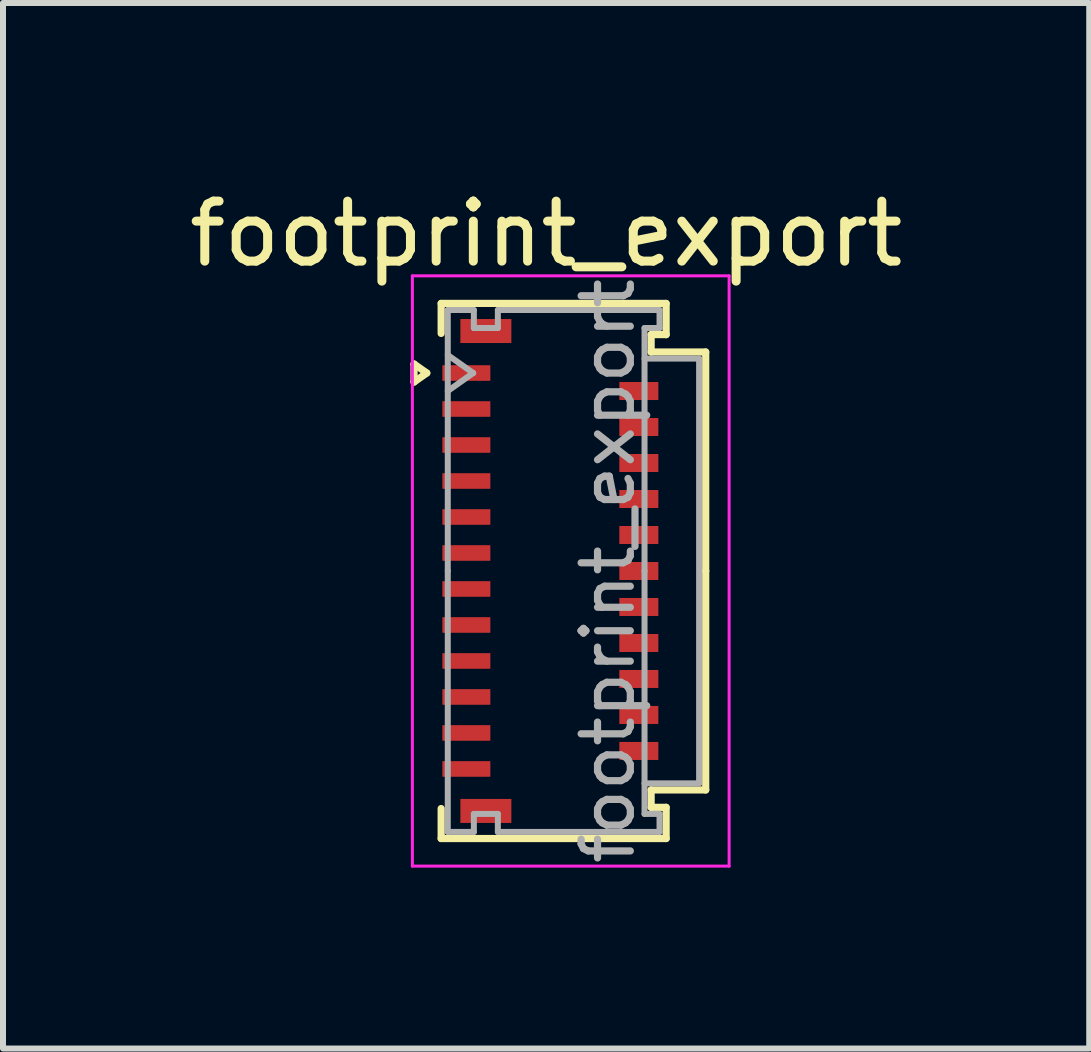
<source format=kicad_pcb>
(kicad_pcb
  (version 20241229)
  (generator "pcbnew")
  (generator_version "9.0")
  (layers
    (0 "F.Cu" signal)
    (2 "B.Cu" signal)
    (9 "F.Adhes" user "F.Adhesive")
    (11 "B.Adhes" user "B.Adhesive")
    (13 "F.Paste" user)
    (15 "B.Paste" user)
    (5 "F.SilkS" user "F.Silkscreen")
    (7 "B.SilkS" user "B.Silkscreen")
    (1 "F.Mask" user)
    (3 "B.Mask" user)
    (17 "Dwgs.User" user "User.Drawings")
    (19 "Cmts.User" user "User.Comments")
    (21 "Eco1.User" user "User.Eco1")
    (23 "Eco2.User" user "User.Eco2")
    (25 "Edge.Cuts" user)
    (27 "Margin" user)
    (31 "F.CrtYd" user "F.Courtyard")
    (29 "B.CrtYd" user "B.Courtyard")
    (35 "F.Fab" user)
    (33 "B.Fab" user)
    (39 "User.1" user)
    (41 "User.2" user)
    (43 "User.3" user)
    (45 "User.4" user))
  (footprint "footprint_export"
    (layer "F.Cu")
    (at 6.124 6.468)
    (property "Reference" "footprint_export" (at -0.07 -5.62 0) (layer "F.SilkS") (effects (font (size 1 1) (thickness 0.15))))
    (attr smd)
    (fp_line (start -2.272 -3.45) (end -2.06 -3.3) (stroke (width 0.12) (type solid)) (layer "F.SilkS"))
    (fp_line (start -2.272 -3.15) (end -2.272 -3.45) (stroke (width 0.12) (type solid)) (layer "F.SilkS"))
    (fp_line (start -2.06 -3.3) (end -2.272 -3.15) (stroke (width 0.12) (type solid)) (layer "F.SilkS"))
    (fp_line (start -1.82 -4.46) (end 1.93 -4.46) (stroke (width 0.12) (type solid)) (layer "F.SilkS"))
    (fp_line (start -1.82 -3.96) (end -1.82 -4.46) (stroke (width 0.12) (type solid)) (layer "F.SilkS"))
    (fp_line (start -1.82 3.96) (end -1.82 4.46) (stroke (width 0.12) (type solid)) (layer "F.SilkS"))
    (fp_line (start -1.82 4.46) (end 1.93 4.46) (stroke (width 0.12) (type solid)) (layer "F.SilkS"))
    (fp_line (start 1.68 -3.94) (end 1.68 -3.65) (stroke (width 0.12) (type solid)) (layer "F.SilkS"))
    (fp_line (start 1.68 -3.65) (end 2.59 -3.65) (stroke (width 0.12) (type solid)) (layer "F.SilkS"))
    (fp_line (start 1.68 3.65) (end 2.59 3.65) (stroke (width 0.12) (type solid)) (layer "F.SilkS"))
    (fp_line (start 1.68 3.94) (end 1.68 3.65) (stroke (width 0.12) (type solid)) (layer "F.SilkS"))
    (fp_line (start 1.93 -4.46) (end 1.93 -3.94) (stroke (width 0.12) (type solid)) (layer "F.SilkS"))
    (fp_line (start 1.93 -3.94) (end 1.68 -3.94) (stroke (width 0.12) (type solid)) (layer "F.SilkS"))
    (fp_line (start 1.93 3.94) (end 1.68 3.94) (stroke (width 0.12) (type solid)) (layer "F.SilkS"))
    (fp_line (start 1.93 4.46) (end 1.93 3.94) (stroke (width 0.12) (type solid)) (layer "F.SilkS"))
    (fp_line (start 2.59 -3.65) (end 2.59 0) (stroke (width 0.12) (type solid)) (layer "F.SilkS"))
    (fp_line (start 2.59 3.65) (end 2.59 0) (stroke (width 0.12) (type solid)) (layer "F.SilkS"))
    (fp_line (start -2.3 -4.92) (end -2.3 4.92) (stroke (width 0.05) (type solid)) (layer "F.CrtYd"))
    (fp_line (start -2.3 4.92) (end 2.98 4.92) (stroke (width 0.05) (type solid)) (layer "F.CrtYd"))
    (fp_line (start 2.98 -4.92) (end -2.3 -4.92) (stroke (width 0.05) (type solid)) (layer "F.CrtYd"))
    (fp_line (start 2.98 4.92) (end 2.98 -4.92) (stroke (width 0.05) (type solid)) (layer "F.CrtYd"))
    (fp_line (start -1.71 -4.35) (end -1.275 -4.35) (stroke (width 0.1) (type solid)) (layer "F.Fab"))
    (fp_line (start -1.71 -3.6) (end -1.286 -3.3) (stroke (width 0.1) (type solid)) (layer "F.Fab"))
    (fp_line (start -1.71 0) (end -1.71 -4.35) (stroke (width 0.1) (type solid)) (layer "F.Fab"))
    (fp_line (start -1.71 0) (end -1.71 4.35) (stroke (width 0.1) (type solid)) (layer "F.Fab"))
    (fp_line (start -1.71 4.35) (end -1.275 4.35) (stroke (width 0.1) (type solid)) (layer "F.Fab"))
    (fp_line (start -1.286 -3.3) (end -1.71 -3) (stroke (width 0.1) (type solid)) (layer "F.Fab"))
    (fp_line (start -1.275 -4.35) (end -1.275 -4.05) (stroke (width 0.1) (type solid)) (layer "F.Fab"))
    (fp_line (start -1.275 -4.05) (end -0.875 -4.05) (stroke (width 0.1) (type solid)) (layer "F.Fab"))
    (fp_line (start -1.275 4.05) (end -0.875 4.05) (stroke (width 0.1) (type solid)) (layer "F.Fab"))
    (fp_line (start -1.275 4.35) (end -1.275 4.05) (stroke (width 0.1) (type solid)) (layer "F.Fab"))
    (fp_line (start -0.875 -4.35) (end 1.82 -4.35) (stroke (width 0.1) (type solid)) (layer "F.Fab"))
    (fp_line (start -0.875 -4.05) (end -0.875 -4.35) (stroke (width 0.1) (type solid)) (layer "F.Fab"))
    (fp_line (start -0.875 4.05) (end -0.875 4.35) (stroke (width 0.1) (type solid)) (layer "F.Fab"))
    (fp_line (start -0.875 4.35) (end 1.82 4.35) (stroke (width 0.1) (type solid)) (layer "F.Fab"))
    (fp_line (start 1.57 -4.05) (end 1.57 0) (stroke (width 0.1) (type solid)) (layer "F.Fab"))
    (fp_line (start 1.57 -3.54) (end 2.48 -3.54) (stroke (width 0.1) (type solid)) (layer "F.Fab"))
    (fp_line (start 1.57 4.05) (end 1.57 0) (stroke (width 0.1) (type solid)) (layer "F.Fab"))
    (fp_line (start 1.82 -4.35) (end 1.82 -4.05) (stroke (width 0.1) (type solid)) (layer "F.Fab"))
    (fp_line (start 1.82 -4.05) (end 1.57 -4.05) (stroke (width 0.1) (type solid)) (layer "F.Fab"))
    (fp_line (start 1.82 4.05) (end 1.57 4.05) (stroke (width 0.1) (type solid)) (layer "F.Fab"))
    (fp_line (start 1.82 4.35) (end 1.82 4.05) (stroke (width 0.1) (type solid)) (layer "F.Fab"))
    (fp_line (start 2.48 -3.54) (end 2.48 3.54) (stroke (width 0.1) (type solid)) (layer "F.Fab"))
    (fp_line (start 2.48 3.54) (end 1.57 3.54) (stroke (width 0.1) (type solid)) (layer "F.Fab"))
    (fp_text user "${REFERENCE}" (at 0.96 0 90) (layer "F.Fab") (effects (font (size 0.82 0.82) (thickness 0.12))))
    (pad "1" smd rect (at -1.4 -3.3) (size 0.8 0.26) (layers "F.Cu" "F.Mask" "F.Paste"))
    (pad "2" smd rect (at 1.475 -3) (size 0.65 0.3) (layers "F.Cu" "F.Mask" "F.Paste"))
    (pad "3" smd rect (at -1.4 -2.7) (size 0.8 0.26) (layers "F.Cu" "F.Mask" "F.Paste"))
    (pad "4" smd rect (at 1.475 -2.4) (size 0.65 0.3) (layers "F.Cu" "F.Mask" "F.Paste"))
    (pad "5" smd rect (at -1.4 -2.1) (size 0.8 0.26) (layers "F.Cu" "F.Mask" "F.Paste"))
    (pad "6" smd rect (at 1.475 -1.8) (size 0.65 0.3) (layers "F.Cu" "F.Mask" "F.Paste"))
    (pad "7" smd rect (at -1.4 -1.5) (size 0.8 0.26) (layers "F.Cu" "F.Mask" "F.Paste"))
    (pad "8" smd rect (at 1.475 -1.2) (size 0.65 0.3) (layers "F.Cu" "F.Mask" "F.Paste"))
    (pad "9" smd rect (at -1.4 -0.9) (size 0.8 0.26) (layers "F.Cu" "F.Mask" "F.Paste"))
    (pad "10" smd rect (at 1.475 -0.6) (size 0.65 0.3) (layers "F.Cu" "F.Mask" "F.Paste"))
    (pad "11" smd rect (at -1.4 -0.3) (size 0.8 0.26) (layers "F.Cu" "F.Mask" "F.Paste"))
    (pad "12" smd rect (at 1.475 0) (size 0.65 0.3) (layers "F.Cu" "F.Mask" "F.Paste"))
    (pad "13" smd rect (at -1.4 0.3) (size 0.8 0.26) (layers "F.Cu" "F.Mask" "F.Paste"))
    (pad "14" smd rect (at 1.475 0.6) (size 0.65 0.3) (layers "F.Cu" "F.Mask" "F.Paste"))
    (pad "15" smd rect (at -1.4 0.9) (size 0.8 0.26) (layers "F.Cu" "F.Mask" "F.Paste"))
    (pad "16" smd rect (at 1.475 1.2) (size 0.65 0.3) (layers "F.Cu" "F.Mask" "F.Paste"))
    (pad "17" smd rect (at -1.4 1.5) (size 0.8 0.26) (layers "F.Cu" "F.Mask" "F.Paste"))
    (pad "18" smd rect (at 1.475 1.8) (size 0.65 0.3) (layers "F.Cu" "F.Mask" "F.Paste"))
    (pad "19" smd rect (at -1.4 2.1) (size 0.8 0.26) (layers "F.Cu" "F.Mask" "F.Paste"))
    (pad "20" smd rect (at 1.475 2.4) (size 0.65 0.3) (layers "F.Cu" "F.Mask" "F.Paste"))
    (pad "21" smd rect (at -1.4 2.7) (size 0.8 0.26) (layers "F.Cu" "F.Mask" "F.Paste"))
    (pad "22" smd rect (at 1.475 3) (size 0.65 0.3) (layers "F.Cu" "F.Mask" "F.Paste"))
    (pad "23" smd rect (at -1.4 3.3) (size 0.8 0.26) (layers "F.Cu" "F.Mask" "F.Paste"))
    (pad "MP" smd rect (at -1.075 -4) (size 0.85 0.4) (layers "F.Cu" "F.Mask" "F.Paste"))
    (pad "MP" smd rect (at -1.075 4) (size 0.85 0.4) (layers "F.Cu" "F.Mask" "F.Paste")))
  (gr_rect
    (start -3 -3)
    (end 15.107 14.428)
    (stroke (width 0.1) (type default))
    (fill no)
    (layer "Edge.Cuts")))
</source>
